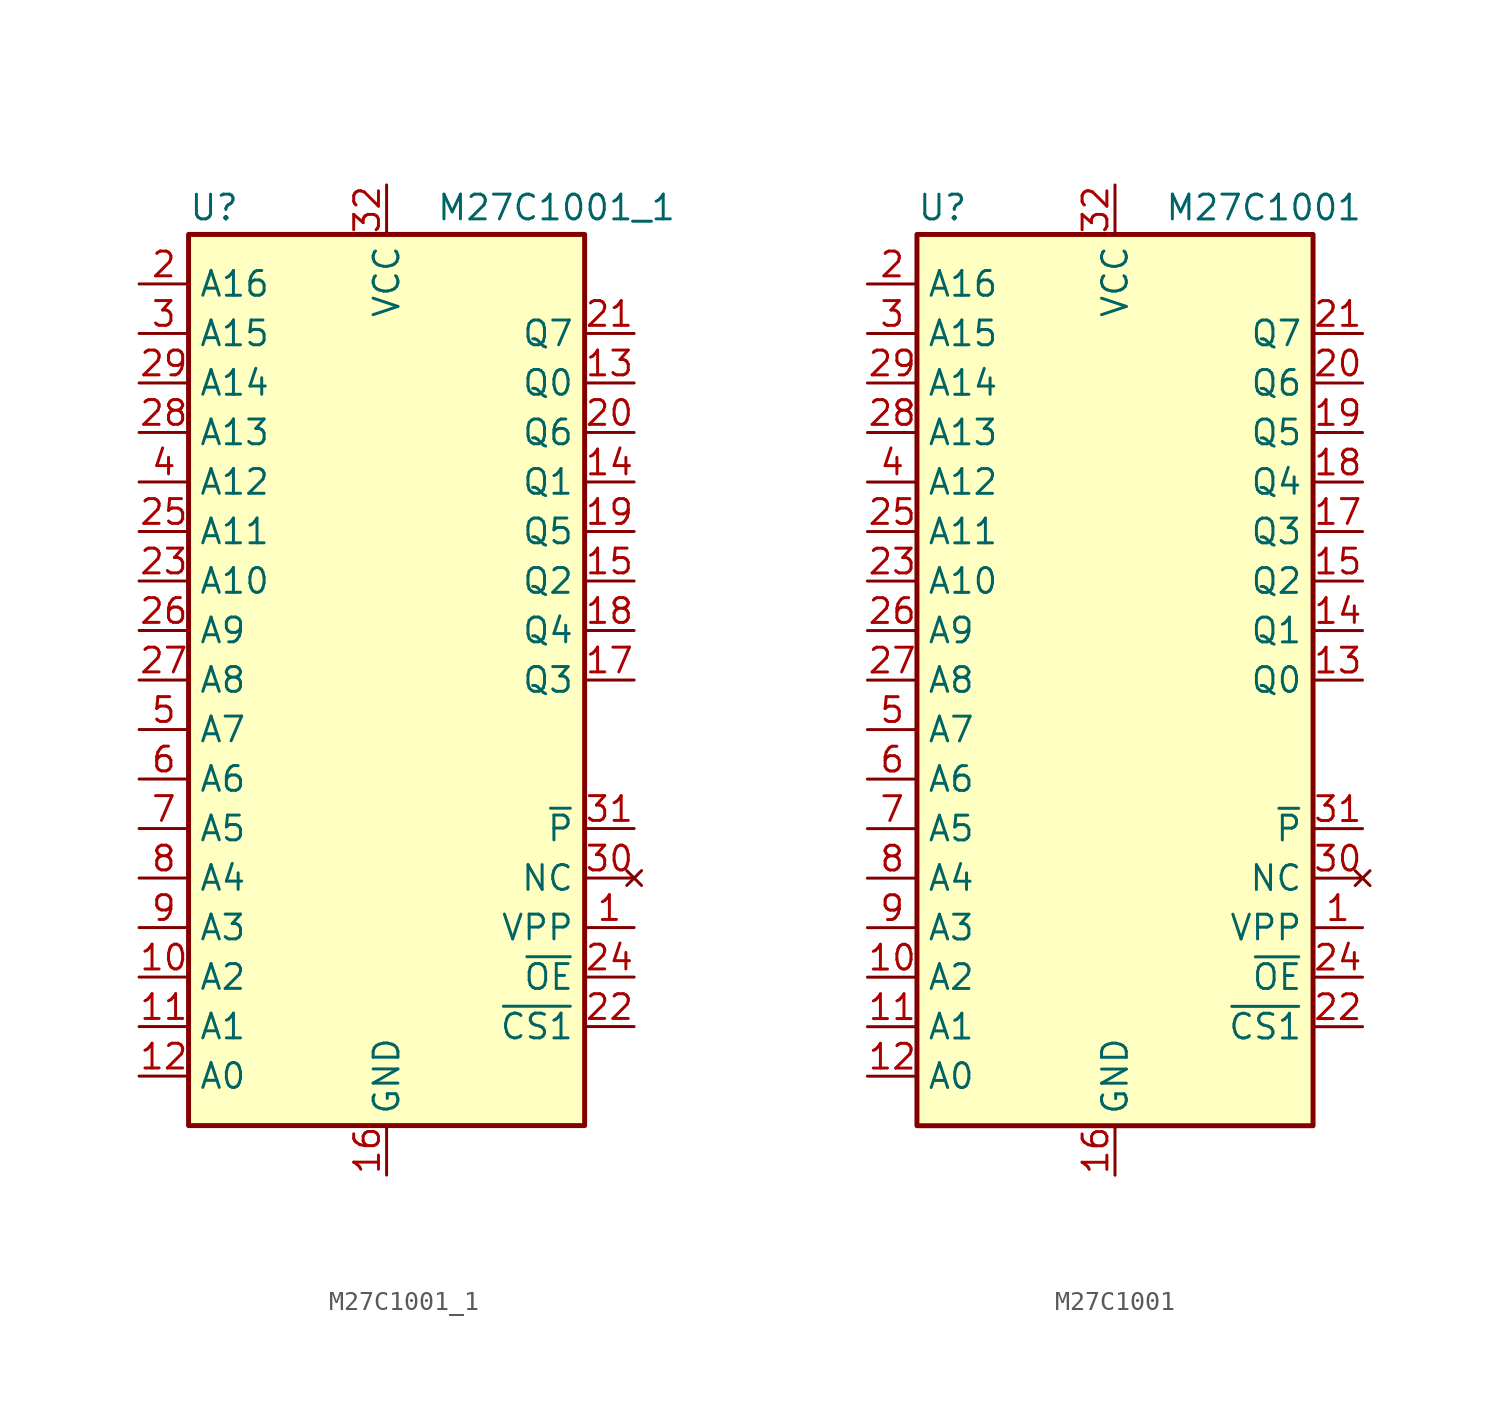
<source format=kicad_sym>
(kicad_symbol_lib
  (version 20211014)
  (generator kicad_symbol_editor)
  (symbol "M27C1001_1"
    (property "Reference" "U"
      (at -10.16 23.495 0)
      (effects (font (size 1.27 1.27)) (justify left bottom)))
    (property "Value" "M27C1001_1"
      (at 2.54 23.495 0)
      (effects (font (size 1.27 1.27)) (justify left bottom)))
    (symbol "M27C1001_1_0_0"
      (pin power_in line (at 0 -25.4 90) (length 2.54) (name "GND" (effects (font (size 1.27 1.27)))) (number "16" (effects (font (size 1.27 1.27)))))
      (pin power_in line (at 0 25.4 270) (length 2.54) (name "VCC" (effects (font (size 1.27 1.27)))) (number "32" (effects (font (size 1.27 1.27))))))
    (symbol "M27C1001_1_0_1"
      (rectangle (start -10.16 22.86) (end 10.16 -22.86) (stroke (width 0.254) (type default) (color 0 0 0 0)) (fill (type background))))
    (symbol "M27C1001_1_1_1"
      (pin power_in line (at 12.7 -12.7 180) (length 2.54) (name "VPP" (effects (font (size 1.27 1.27)))) (number "1" (effects (font (size 1.27 1.27)))))
      (pin input line (at -12.7 -15.24 0) (length 2.54) (name "A2" (effects (font (size 1.27 1.27)))) (number "10" (effects (font (size 1.27 1.27)))))
      (pin input line (at -12.7 -17.78 0) (length 2.54) (name "A1" (effects (font (size 1.27 1.27)))) (number "11" (effects (font (size 1.27 1.27)))))
      (pin input line (at -12.7 -20.32 0) (length 2.54) (name "A0" (effects (font (size 1.27 1.27)))) (number "12" (effects (font (size 1.27 1.27)))))
      (pin tri_state line (at 12.7 15.24 180) (length 2.54) (name "Q0" (effects (font (size 1.27 1.27)))) (number "13" (effects (font (size 1.27 1.27)))))
      (pin tri_state line (at 12.7 10.16 180) (length 2.54) (name "Q1" (effects (font (size 1.27 1.27)))) (number "14" (effects (font (size 1.27 1.27)))))
      (pin tri_state line (at 12.7 5.08 180) (length 2.54) (name "Q2" (effects (font (size 1.27 1.27)))) (number "15" (effects (font (size 1.27 1.27)))))
      (pin tri_state line (at 12.7 0 180) (length 2.54) (name "Q3" (effects (font (size 1.27 1.27)))) (number "17" (effects (font (size 1.27 1.27)))))
      (pin tri_state line (at 12.7 2.54 180) (length 2.54) (name "Q4" (effects (font (size 1.27 1.27)))) (number "18" (effects (font (size 1.27 1.27)))))
      (pin tri_state line (at 12.7 7.62 180) (length 2.54) (name "Q5" (effects (font (size 1.27 1.27)))) (number "19" (effects (font (size 1.27 1.27)))))
      (pin input line (at -12.7 20.32 0) (length 2.54) (name "A16" (effects (font (size 1.27 1.27)))) (number "2" (effects (font (size 1.27 1.27)))))
      (pin tri_state line (at 12.7 12.7 180) (length 2.54) (name "Q6" (effects (font (size 1.27 1.27)))) (number "20" (effects (font (size 1.27 1.27)))))
      (pin tri_state line (at 12.7 17.78 180) (length 2.54) (name "Q7" (effects (font (size 1.27 1.27)))) (number "21" (effects (font (size 1.27 1.27)))))
      (pin input line (at 12.7 -17.78 180) (length 2.54) (name "~{CS1}" (effects (font (size 1.27 1.27)))) (number "22" (effects (font (size 1.27 1.27)))))
      (pin input line (at -12.7 5.08 0) (length 2.54) (name "A10" (effects (font (size 1.27 1.27)))) (number "23" (effects (font (size 1.27 1.27)))))
      (pin input line (at 12.7 -15.24 180) (length 2.54) (name "~{OE}" (effects (font (size 1.27 1.27)))) (number "24" (effects (font (size 1.27 1.27)))))
      (pin input line (at -12.7 7.62 0) (length 2.54) (name "A11" (effects (font (size 1.27 1.27)))) (number "25" (effects (font (size 1.27 1.27)))))
      (pin input line (at -12.7 2.54 0) (length 2.54) (name "A9" (effects (font (size 1.27 1.27)))) (number "26" (effects (font (size 1.27 1.27)))))
      (pin input line (at -12.7 0 0) (length 2.54) (name "A8" (effects (font (size 1.27 1.27)))) (number "27" (effects (font (size 1.27 1.27)))))
      (pin input line (at -12.7 12.7 0) (length 2.54) (name "A13" (effects (font (size 1.27 1.27)))) (number "28" (effects (font (size 1.27 1.27)))))
      (pin input line (at -12.7 15.24 0) (length 2.54) (name "A14" (effects (font (size 1.27 1.27)))) (number "29" (effects (font (size 1.27 1.27)))))
      (pin input line (at -12.7 17.78 0) (length 2.54) (name "A15" (effects (font (size 1.27 1.27)))) (number "3" (effects (font (size 1.27 1.27)))))
      (pin no_connect line (at 12.7 -10.16 180) (length 2.54) (name "NC" (effects (font (size 1.27 1.27)))) (number "30" (effects (font (size 1.27 1.27)))))
      (pin input line (at 12.7 -7.62 180) (length 2.54) (name "~{P}" (effects (font (size 1.27 1.27)))) (number "31" (effects (font (size 1.27 1.27)))))
      (pin input line (at -12.7 10.16 0) (length 2.54) (name "A12" (effects (font (size 1.27 1.27)))) (number "4" (effects (font (size 1.27 1.27)))))
      (pin input line (at -12.7 -2.54 0) (length 2.54) (name "A7" (effects (font (size 1.27 1.27)))) (number "5" (effects (font (size 1.27 1.27)))))
      (pin input line (at -12.7 -5.08 0) (length 2.54) (name "A6" (effects (font (size 1.27 1.27)))) (number "6" (effects (font (size 1.27 1.27)))))
      (pin input line (at -12.7 -7.62 0) (length 2.54) (name "A5" (effects (font (size 1.27 1.27)))) (number "7" (effects (font (size 1.27 1.27)))))
      (pin input line (at -12.7 -10.16 0) (length 2.54) (name "A4" (effects (font (size 1.27 1.27)))) (number "8" (effects (font (size 1.27 1.27)))))
      (pin input line (at -12.7 -12.7 0) (length 2.54) (name "A3" (effects (font (size 1.27 1.27)))) (number "9" (effects (font (size 1.27 1.27)))))))
  (symbol "M27C1001"
    (property "Reference" "U"
      (at -10.16 23.495 0)
      (effects (font (size 1.27 1.27)) (justify left bottom)))
    (property "Value" "M27C1001"
      (at 2.54 23.495 0)
      (effects (font (size 1.27 1.27)) (justify left bottom)))
    (symbol "M27C1001_0_0"
      (pin power_in line (at 0 -25.4 90) (length 2.54) (name "GND" (effects (font (size 1.27 1.27)))) (number "16" (effects (font (size 1.27 1.27)))))
      (pin power_in line (at 0 25.4 270) (length 2.54) (name "VCC" (effects (font (size 1.27 1.27)))) (number "32" (effects (font (size 1.27 1.27))))))
    (symbol "M27C1001_0_1"
      (rectangle (start -10.16 22.86) (end 10.16 -22.86) (stroke (width 0.254) (type default) (color 0 0 0 0)) (fill (type background))))
    (symbol "M27C1001_1_1"
      (pin power_in line (at 12.7 -12.7 180) (length 2.54) (name "VPP" (effects (font (size 1.27 1.27)))) (number "1" (effects (font (size 1.27 1.27)))))
      (pin input line (at -12.7 -15.24 0) (length 2.54) (name "A2" (effects (font (size 1.27 1.27)))) (number "10" (effects (font (size 1.27 1.27)))))
      (pin input line (at -12.7 -17.78 0) (length 2.54) (name "A1" (effects (font (size 1.27 1.27)))) (number "11" (effects (font (size 1.27 1.27)))))
      (pin input line (at -12.7 -20.32 0) (length 2.54) (name "A0" (effects (font (size 1.27 1.27)))) (number "12" (effects (font (size 1.27 1.27)))))
      (pin tri_state line (at 12.7 0 180) (length 2.54) (name "Q0" (effects (font (size 1.27 1.27)))) (number "13" (effects (font (size 1.27 1.27)))))
      (pin tri_state line (at 12.7 2.54 180) (length 2.54) (name "Q1" (effects (font (size 1.27 1.27)))) (number "14" (effects (font (size 1.27 1.27)))))
      (pin tri_state line (at 12.7 5.08 180) (length 2.54) (name "Q2" (effects (font (size 1.27 1.27)))) (number "15" (effects (font (size 1.27 1.27)))))
      (pin tri_state line (at 12.7 7.62 180) (length 2.54) (name "Q3" (effects (font (size 1.27 1.27)))) (number "17" (effects (font (size 1.27 1.27)))))
      (pin tri_state line (at 12.7 10.16 180) (length 2.54) (name "Q4" (effects (font (size 1.27 1.27)))) (number "18" (effects (font (size 1.27 1.27)))))
      (pin tri_state line (at 12.7 12.7 180) (length 2.54) (name "Q5" (effects (font (size 1.27 1.27)))) (number "19" (effects (font (size 1.27 1.27)))))
      (pin input line (at -12.7 20.32 0) (length 2.54) (name "A16" (effects (font (size 1.27 1.27)))) (number "2" (effects (font (size 1.27 1.27)))))
      (pin tri_state line (at 12.7 15.24 180) (length 2.54) (name "Q6" (effects (font (size 1.27 1.27)))) (number "20" (effects (font (size 1.27 1.27)))))
      (pin tri_state line (at 12.7 17.78 180) (length 2.54) (name "Q7" (effects (font (size 1.27 1.27)))) (number "21" (effects (font (size 1.27 1.27)))))
      (pin input line (at 12.7 -17.78 180) (length 2.54) (name "~{CS1}" (effects (font (size 1.27 1.27)))) (number "22" (effects (font (size 1.27 1.27)))))
      (pin input line (at -12.7 5.08 0) (length 2.54) (name "A10" (effects (font (size 1.27 1.27)))) (number "23" (effects (font (size 1.27 1.27)))))
      (pin input line (at 12.7 -15.24 180) (length 2.54) (name "~{OE}" (effects (font (size 1.27 1.27)))) (number "24" (effects (font (size 1.27 1.27)))))
      (pin input line (at -12.7 7.62 0) (length 2.54) (name "A11" (effects (font (size 1.27 1.27)))) (number "25" (effects (font (size 1.27 1.27)))))
      (pin input line (at -12.7 2.54 0) (length 2.54) (name "A9" (effects (font (size 1.27 1.27)))) (number "26" (effects (font (size 1.27 1.27)))))
      (pin input line (at -12.7 0 0) (length 2.54) (name "A8" (effects (font (size 1.27 1.27)))) (number "27" (effects (font (size 1.27 1.27)))))
      (pin input line (at -12.7 12.7 0) (length 2.54) (name "A13" (effects (font (size 1.27 1.27)))) (number "28" (effects (font (size 1.27 1.27)))))
      (pin input line (at -12.7 15.24 0) (length 2.54) (name "A14" (effects (font (size 1.27 1.27)))) (number "29" (effects (font (size 1.27 1.27)))))
      (pin input line (at -12.7 17.78 0) (length 2.54) (name "A15" (effects (font (size 1.27 1.27)))) (number "3" (effects (font (size 1.27 1.27)))))
      (pin no_connect line (at 12.7 -10.16 180) (length 2.54) (name "NC" (effects (font (size 1.27 1.27)))) (number "30" (effects (font (size 1.27 1.27)))))
      (pin input line (at 12.7 -7.62 180) (length 2.54) (name "~{P}" (effects (font (size 1.27 1.27)))) (number "31" (effects (font (size 1.27 1.27)))))
      (pin input line (at -12.7 10.16 0) (length 2.54) (name "A12" (effects (font (size 1.27 1.27)))) (number "4" (effects (font (size 1.27 1.27)))))
      (pin input line (at -12.7 -2.54 0) (length 2.54) (name "A7" (effects (font (size 1.27 1.27)))) (number "5" (effects (font (size 1.27 1.27)))))
      (pin input line (at -12.7 -5.08 0) (length 2.54) (name "A6" (effects (font (size 1.27 1.27)))) (number "6" (effects (font (size 1.27 1.27)))))
      (pin input line (at -12.7 -7.62 0) (length 2.54) (name "A5" (effects (font (size 1.27 1.27)))) (number "7" (effects (font (size 1.27 1.27)))))
      (pin input line (at -12.7 -10.16 0) (length 2.54) (name "A4" (effects (font (size 1.27 1.27)))) (number "8" (effects (font (size 1.27 1.27)))))
      (pin input line (at -12.7 -12.7 0) (length 2.54) (name "A3" (effects (font (size 1.27 1.27)))) (number "9" (effects (font (size 1.27 1.27))))))))
</source>
